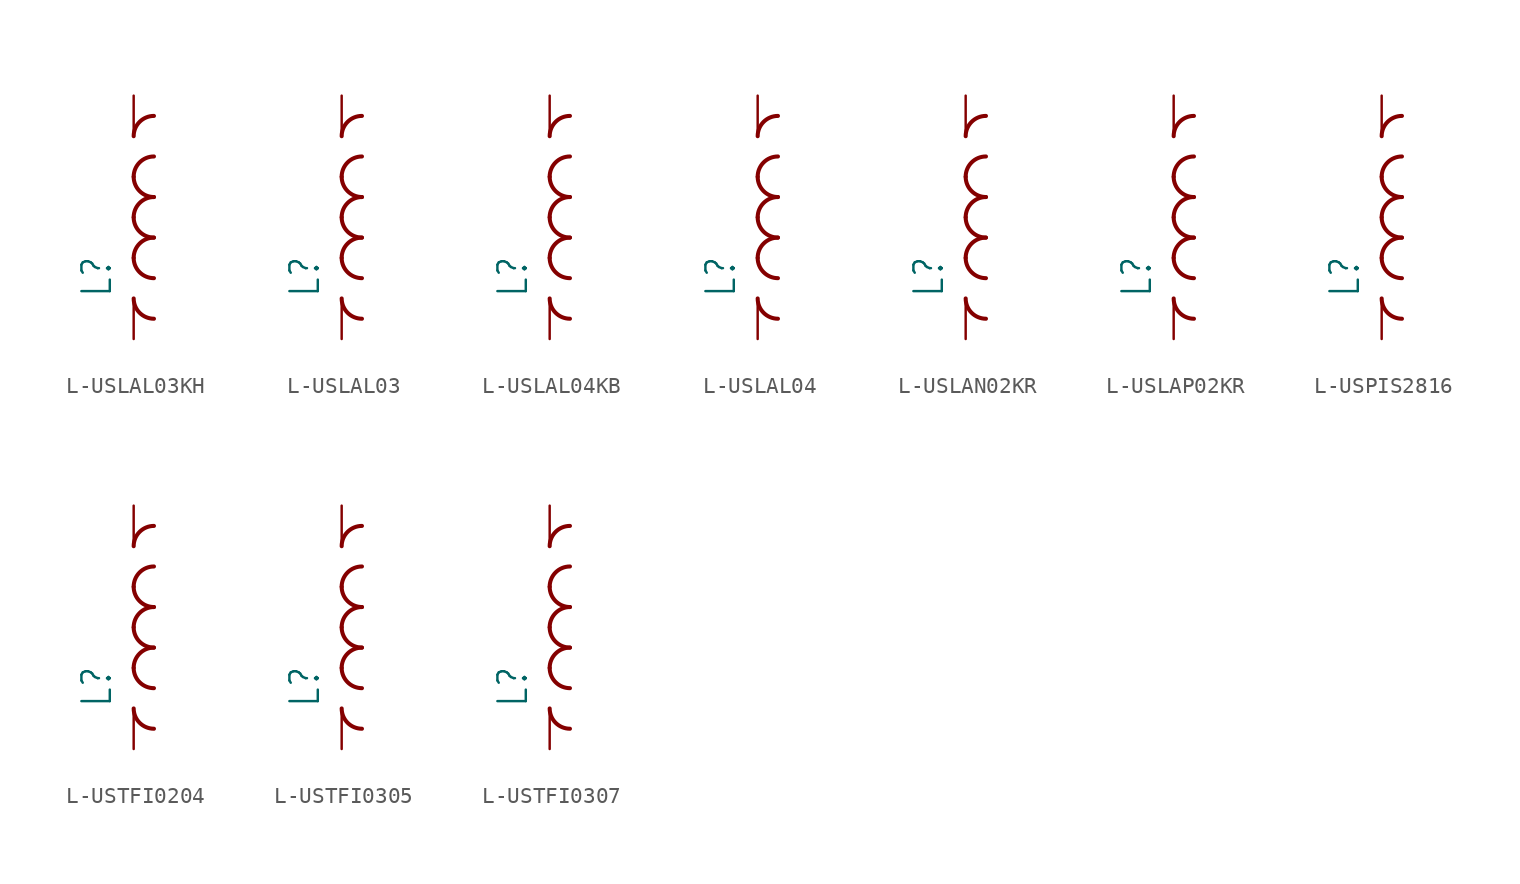
<source format=kicad_sym>
(kicad_symbol_lib
  (version 20241209)
  (generator "kicad_symbol_editor")
  (generator_version "9.0")
  (symbol "L-USLAL03KH"
    (property "Reference" "L"
      (at -1.27 -5.08 90)
      (effects (font (size 1.778 1.511)) (justify left bottom)))
    (property "Value" ""
      (at 3.81 -5.08 90)
      (effects (font (size 1.778 1.511)) (justify left bottom)))
    (property "ki_locked" ""
      (at 0 0 0)
      (effects (font (size 1.27 1.27))))
    (symbol "L-USLAL03KH_1_0"
      (arc (start 0 5.08) (mid 0.372 5.978) (end 1.27 6.35) (stroke (width 0.254) (type solid)) (fill (type none)))
      (arc (start 0 2.54) (mid 0.372 3.438) (end 1.27 3.81) (stroke (width 0.254) (type solid)) (fill (type none)))
      (arc (start 1.27 1.27) (mid 0.372 1.642) (end 0 2.54) (stroke (width 0.254) (type solid)) (fill (type none)))
      (arc (start 0 0) (mid 0.372 0.898) (end 1.27 1.27) (stroke (width 0.254) (type solid)) (fill (type none)))
      (arc (start 1.27 -1.27) (mid 0.372 -0.898) (end 0 0) (stroke (width 0.254) (type solid)) (fill (type none)))
      (arc (start 0 -2.54) (mid 0.372 -1.642) (end 1.27 -1.27) (stroke (width 0.254) (type solid)) (fill (type none)))
      (arc (start 1.27 -3.81) (mid 0.372 -3.438) (end 0 -2.54) (stroke (width 0.254) (type solid)) (fill (type none)))
      (arc (start 1.27 -6.35) (mid 0.372 -5.978) (end 0 -5.08) (stroke (width 0.254) (type solid)) (fill (type none)))
      (pin passive line (at 0 7.62 270) (length 2.54) (name "1" (effects (font (size 0 0)))) (number "1" (effects (font (size 0 0)))))
      (pin passive line (at 0 -7.62 90) (length 2.54) (name "2" (effects (font (size 0 0)))) (number "2" (effects (font (size 0 0)))))))
  (symbol "L-USLAL03"
    (property "Reference" "L"
      (at -1.27 -5.08 90)
      (effects (font (size 1.778 1.511)) (justify left bottom)))
    (property "Value" ""
      (at 3.81 -5.08 90)
      (effects (font (size 1.778 1.511)) (justify left bottom)))
    (property "ki_locked" ""
      (at 0 0 0)
      (effects (font (size 1.27 1.27))))
    (symbol "L-USLAL03_1_0"
      (arc (start 0 5.08) (mid 0.372 5.978) (end 1.27 6.35) (stroke (width 0.254) (type solid)) (fill (type none)))
      (arc (start 0 2.54) (mid 0.372 3.438) (end 1.27 3.81) (stroke (width 0.254) (type solid)) (fill (type none)))
      (arc (start 1.27 1.27) (mid 0.372 1.642) (end 0 2.54) (stroke (width 0.254) (type solid)) (fill (type none)))
      (arc (start 0 0) (mid 0.372 0.898) (end 1.27 1.27) (stroke (width 0.254) (type solid)) (fill (type none)))
      (arc (start 1.27 -1.27) (mid 0.372 -0.898) (end 0 0) (stroke (width 0.254) (type solid)) (fill (type none)))
      (arc (start 0 -2.54) (mid 0.372 -1.642) (end 1.27 -1.27) (stroke (width 0.254) (type solid)) (fill (type none)))
      (arc (start 1.27 -3.81) (mid 0.372 -3.438) (end 0 -2.54) (stroke (width 0.254) (type solid)) (fill (type none)))
      (arc (start 1.27 -6.35) (mid 0.372 -5.978) (end 0 -5.08) (stroke (width 0.254) (type solid)) (fill (type none)))
      (pin passive line (at 0 7.62 270) (length 2.54) (name "1" (effects (font (size 0 0)))) (number "1" (effects (font (size 0 0)))))
      (pin passive line (at 0 -7.62 90) (length 2.54) (name "2" (effects (font (size 0 0)))) (number "2" (effects (font (size 0 0)))))))
  (symbol "L-USLAL04KB"
    (property "Reference" "L"
      (at -1.27 -5.08 90)
      (effects (font (size 1.778 1.511)) (justify left bottom)))
    (property "Value" ""
      (at 3.81 -5.08 90)
      (effects (font (size 1.778 1.511)) (justify left bottom)))
    (property "ki_locked" ""
      (at 0 0 0)
      (effects (font (size 1.27 1.27))))
    (symbol "L-USLAL04KB_1_0"
      (arc (start 0 5.08) (mid 0.372 5.978) (end 1.27 6.35) (stroke (width 0.254) (type solid)) (fill (type none)))
      (arc (start 0 2.54) (mid 0.372 3.438) (end 1.27 3.81) (stroke (width 0.254) (type solid)) (fill (type none)))
      (arc (start 1.27 1.27) (mid 0.372 1.642) (end 0 2.54) (stroke (width 0.254) (type solid)) (fill (type none)))
      (arc (start 0 0) (mid 0.372 0.898) (end 1.27 1.27) (stroke (width 0.254) (type solid)) (fill (type none)))
      (arc (start 1.27 -1.27) (mid 0.372 -0.898) (end 0 0) (stroke (width 0.254) (type solid)) (fill (type none)))
      (arc (start 0 -2.54) (mid 0.372 -1.642) (end 1.27 -1.27) (stroke (width 0.254) (type solid)) (fill (type none)))
      (arc (start 1.27 -3.81) (mid 0.372 -3.438) (end 0 -2.54) (stroke (width 0.254) (type solid)) (fill (type none)))
      (arc (start 1.27 -6.35) (mid 0.372 -5.978) (end 0 -5.08) (stroke (width 0.254) (type solid)) (fill (type none)))
      (pin passive line (at 0 7.62 270) (length 2.54) (name "1" (effects (font (size 0 0)))) (number "1" (effects (font (size 0 0)))))
      (pin passive line (at 0 -7.62 90) (length 2.54) (name "2" (effects (font (size 0 0)))) (number "2" (effects (font (size 0 0)))))))
  (symbol "L-USLAL04"
    (property "Reference" "L"
      (at -1.27 -5.08 90)
      (effects (font (size 1.778 1.511)) (justify left bottom)))
    (property "Value" ""
      (at 3.81 -5.08 90)
      (effects (font (size 1.778 1.511)) (justify left bottom)))
    (property "ki_locked" ""
      (at 0 0 0)
      (effects (font (size 1.27 1.27))))
    (symbol "L-USLAL04_1_0"
      (arc (start 0 5.08) (mid 0.372 5.978) (end 1.27 6.35) (stroke (width 0.254) (type solid)) (fill (type none)))
      (arc (start 0 2.54) (mid 0.372 3.438) (end 1.27 3.81) (stroke (width 0.254) (type solid)) (fill (type none)))
      (arc (start 1.27 1.27) (mid 0.372 1.642) (end 0 2.54) (stroke (width 0.254) (type solid)) (fill (type none)))
      (arc (start 0 0) (mid 0.372 0.898) (end 1.27 1.27) (stroke (width 0.254) (type solid)) (fill (type none)))
      (arc (start 1.27 -1.27) (mid 0.372 -0.898) (end 0 0) (stroke (width 0.254) (type solid)) (fill (type none)))
      (arc (start 0 -2.54) (mid 0.372 -1.642) (end 1.27 -1.27) (stroke (width 0.254) (type solid)) (fill (type none)))
      (arc (start 1.27 -3.81) (mid 0.372 -3.438) (end 0 -2.54) (stroke (width 0.254) (type solid)) (fill (type none)))
      (arc (start 1.27 -6.35) (mid 0.372 -5.978) (end 0 -5.08) (stroke (width 0.254) (type solid)) (fill (type none)))
      (pin passive line (at 0 7.62 270) (length 2.54) (name "1" (effects (font (size 0 0)))) (number "1" (effects (font (size 0 0)))))
      (pin passive line (at 0 -7.62 90) (length 2.54) (name "2" (effects (font (size 0 0)))) (number "2" (effects (font (size 0 0)))))))
  (symbol "L-USLAN02KR"
    (property "Reference" "L"
      (at -1.27 -5.08 90)
      (effects (font (size 1.778 1.511)) (justify left bottom)))
    (property "Value" ""
      (at 3.81 -5.08 90)
      (effects (font (size 1.778 1.511)) (justify left bottom)))
    (property "ki_locked" ""
      (at 0 0 0)
      (effects (font (size 1.27 1.27))))
    (symbol "L-USLAN02KR_1_0"
      (arc (start 0 5.08) (mid 0.372 5.978) (end 1.27 6.35) (stroke (width 0.254) (type solid)) (fill (type none)))
      (arc (start 0 2.54) (mid 0.372 3.438) (end 1.27 3.81) (stroke (width 0.254) (type solid)) (fill (type none)))
      (arc (start 1.27 1.27) (mid 0.372 1.642) (end 0 2.54) (stroke (width 0.254) (type solid)) (fill (type none)))
      (arc (start 0 0) (mid 0.372 0.898) (end 1.27 1.27) (stroke (width 0.254) (type solid)) (fill (type none)))
      (arc (start 1.27 -1.27) (mid 0.372 -0.898) (end 0 0) (stroke (width 0.254) (type solid)) (fill (type none)))
      (arc (start 0 -2.54) (mid 0.372 -1.642) (end 1.27 -1.27) (stroke (width 0.254) (type solid)) (fill (type none)))
      (arc (start 1.27 -3.81) (mid 0.372 -3.438) (end 0 -2.54) (stroke (width 0.254) (type solid)) (fill (type none)))
      (arc (start 1.27 -6.35) (mid 0.372 -5.978) (end 0 -5.08) (stroke (width 0.254) (type solid)) (fill (type none)))
      (pin passive line (at 0 7.62 270) (length 2.54) (name "1" (effects (font (size 0 0)))) (number "1" (effects (font (size 0 0)))))
      (pin passive line (at 0 -7.62 90) (length 2.54) (name "2" (effects (font (size 0 0)))) (number "2" (effects (font (size 0 0)))))))
  (symbol "L-USLAP02KR"
    (property "Reference" "L"
      (at -1.27 -5.08 90)
      (effects (font (size 1.778 1.511)) (justify left bottom)))
    (property "Value" ""
      (at 3.81 -5.08 90)
      (effects (font (size 1.778 1.511)) (justify left bottom)))
    (property "ki_locked" ""
      (at 0 0 0)
      (effects (font (size 1.27 1.27))))
    (symbol "L-USLAP02KR_1_0"
      (arc (start 0 5.08) (mid 0.372 5.978) (end 1.27 6.35) (stroke (width 0.254) (type solid)) (fill (type none)))
      (arc (start 0 2.54) (mid 0.372 3.438) (end 1.27 3.81) (stroke (width 0.254) (type solid)) (fill (type none)))
      (arc (start 1.27 1.27) (mid 0.372 1.642) (end 0 2.54) (stroke (width 0.254) (type solid)) (fill (type none)))
      (arc (start 0 0) (mid 0.372 0.898) (end 1.27 1.27) (stroke (width 0.254) (type solid)) (fill (type none)))
      (arc (start 1.27 -1.27) (mid 0.372 -0.898) (end 0 0) (stroke (width 0.254) (type solid)) (fill (type none)))
      (arc (start 0 -2.54) (mid 0.372 -1.642) (end 1.27 -1.27) (stroke (width 0.254) (type solid)) (fill (type none)))
      (arc (start 1.27 -3.81) (mid 0.372 -3.438) (end 0 -2.54) (stroke (width 0.254) (type solid)) (fill (type none)))
      (arc (start 1.27 -6.35) (mid 0.372 -5.978) (end 0 -5.08) (stroke (width 0.254) (type solid)) (fill (type none)))
      (pin passive line (at 0 7.62 270) (length 2.54) (name "1" (effects (font (size 0 0)))) (number "1" (effects (font (size 0 0)))))
      (pin passive line (at 0 -7.62 90) (length 2.54) (name "2" (effects (font (size 0 0)))) (number "2" (effects (font (size 0 0)))))))
  (symbol "L-USPIS2816"
    (property "Reference" "L"
      (at -1.27 -5.08 90)
      (effects (font (size 1.778 1.511)) (justify left bottom)))
    (property "Value" ""
      (at 3.81 -5.08 90)
      (effects (font (size 1.778 1.511)) (justify left bottom)))
    (property "ki_locked" ""
      (at 0 0 0)
      (effects (font (size 1.27 1.27))))
    (symbol "L-USPIS2816_1_0"
      (arc (start 0 5.08) (mid 0.372 5.978) (end 1.27 6.35) (stroke (width 0.254) (type solid)) (fill (type none)))
      (arc (start 0 2.54) (mid 0.372 3.438) (end 1.27 3.81) (stroke (width 0.254) (type solid)) (fill (type none)))
      (arc (start 1.27 1.27) (mid 0.372 1.642) (end 0 2.54) (stroke (width 0.254) (type solid)) (fill (type none)))
      (arc (start 0 0) (mid 0.372 0.898) (end 1.27 1.27) (stroke (width 0.254) (type solid)) (fill (type none)))
      (arc (start 1.27 -1.27) (mid 0.372 -0.898) (end 0 0) (stroke (width 0.254) (type solid)) (fill (type none)))
      (arc (start 0 -2.54) (mid 0.372 -1.642) (end 1.27 -1.27) (stroke (width 0.254) (type solid)) (fill (type none)))
      (arc (start 1.27 -3.81) (mid 0.372 -3.438) (end 0 -2.54) (stroke (width 0.254) (type solid)) (fill (type none)))
      (arc (start 1.27 -6.35) (mid 0.372 -5.978) (end 0 -5.08) (stroke (width 0.254) (type solid)) (fill (type none)))
      (pin passive line (at 0 7.62 270) (length 2.54) (name "1" (effects (font (size 0 0)))) (number "1" (effects (font (size 0 0)))))
      (pin passive line (at 0 -7.62 90) (length 2.54) (name "2" (effects (font (size 0 0)))) (number "2" (effects (font (size 0 0)))))))
  (symbol "L-USTFI0204"
    (property "Reference" "L"
      (at -1.27 -5.08 90)
      (effects (font (size 1.778 1.511)) (justify left bottom)))
    (property "Value" ""
      (at 3.81 -5.08 90)
      (effects (font (size 1.778 1.511)) (justify left bottom)))
    (property "ki_locked" ""
      (at 0 0 0)
      (effects (font (size 1.27 1.27))))
    (symbol "L-USTFI0204_1_0"
      (arc (start 0 5.08) (mid 0.372 5.978) (end 1.27 6.35) (stroke (width 0.254) (type solid)) (fill (type none)))
      (arc (start 0 2.54) (mid 0.372 3.438) (end 1.27 3.81) (stroke (width 0.254) (type solid)) (fill (type none)))
      (arc (start 1.27 1.27) (mid 0.372 1.642) (end 0 2.54) (stroke (width 0.254) (type solid)) (fill (type none)))
      (arc (start 0 0) (mid 0.372 0.898) (end 1.27 1.27) (stroke (width 0.254) (type solid)) (fill (type none)))
      (arc (start 1.27 -1.27) (mid 0.372 -0.898) (end 0 0) (stroke (width 0.254) (type solid)) (fill (type none)))
      (arc (start 0 -2.54) (mid 0.372 -1.642) (end 1.27 -1.27) (stroke (width 0.254) (type solid)) (fill (type none)))
      (arc (start 1.27 -3.81) (mid 0.372 -3.438) (end 0 -2.54) (stroke (width 0.254) (type solid)) (fill (type none)))
      (arc (start 1.27 -6.35) (mid 0.372 -5.978) (end 0 -5.08) (stroke (width 0.254) (type solid)) (fill (type none)))
      (pin passive line (at 0 7.62 270) (length 2.54) (name "1" (effects (font (size 0 0)))) (number "1" (effects (font (size 0 0)))))
      (pin passive line (at 0 -7.62 90) (length 2.54) (name "2" (effects (font (size 0 0)))) (number "2" (effects (font (size 0 0)))))))
  (symbol "L-USTFI0305"
    (property "Reference" "L"
      (at -1.27 -5.08 90)
      (effects (font (size 1.778 1.511)) (justify left bottom)))
    (property "Value" ""
      (at 3.81 -5.08 90)
      (effects (font (size 1.778 1.511)) (justify left bottom)))
    (property "ki_locked" ""
      (at 0 0 0)
      (effects (font (size 1.27 1.27))))
    (symbol "L-USTFI0305_1_0"
      (arc (start 0 5.08) (mid 0.372 5.978) (end 1.27 6.35) (stroke (width 0.254) (type solid)) (fill (type none)))
      (arc (start 0 2.54) (mid 0.372 3.438) (end 1.27 3.81) (stroke (width 0.254) (type solid)) (fill (type none)))
      (arc (start 1.27 1.27) (mid 0.372 1.642) (end 0 2.54) (stroke (width 0.254) (type solid)) (fill (type none)))
      (arc (start 0 0) (mid 0.372 0.898) (end 1.27 1.27) (stroke (width 0.254) (type solid)) (fill (type none)))
      (arc (start 1.27 -1.27) (mid 0.372 -0.898) (end 0 0) (stroke (width 0.254) (type solid)) (fill (type none)))
      (arc (start 0 -2.54) (mid 0.372 -1.642) (end 1.27 -1.27) (stroke (width 0.254) (type solid)) (fill (type none)))
      (arc (start 1.27 -3.81) (mid 0.372 -3.438) (end 0 -2.54) (stroke (width 0.254) (type solid)) (fill (type none)))
      (arc (start 1.27 -6.35) (mid 0.372 -5.978) (end 0 -5.08) (stroke (width 0.254) (type solid)) (fill (type none)))
      (pin passive line (at 0 7.62 270) (length 2.54) (name "1" (effects (font (size 0 0)))) (number "1" (effects (font (size 0 0)))))
      (pin passive line (at 0 -7.62 90) (length 2.54) (name "2" (effects (font (size 0 0)))) (number "2" (effects (font (size 0 0)))))))
  (symbol "L-USTFI0307"
    (property "Reference" "L"
      (at -1.27 -5.08 90)
      (effects (font (size 1.778 1.511)) (justify left bottom)))
    (property "Value" ""
      (at 3.81 -5.08 90)
      (effects (font (size 1.778 1.511)) (justify left bottom)))
    (property "ki_locked" ""
      (at 0 0 0)
      (effects (font (size 1.27 1.27))))
    (symbol "L-USTFI0307_1_0"
      (arc (start 0 5.08) (mid 0.372 5.978) (end 1.27 6.35) (stroke (width 0.254) (type solid)) (fill (type none)))
      (arc (start 0 2.54) (mid 0.372 3.438) (end 1.27 3.81) (stroke (width 0.254) (type solid)) (fill (type none)))
      (arc (start 1.27 1.27) (mid 0.372 1.642) (end 0 2.54) (stroke (width 0.254) (type solid)) (fill (type none)))
      (arc (start 0 0) (mid 0.372 0.898) (end 1.27 1.27) (stroke (width 0.254) (type solid)) (fill (type none)))
      (arc (start 1.27 -1.27) (mid 0.372 -0.898) (end 0 0) (stroke (width 0.254) (type solid)) (fill (type none)))
      (arc (start 0 -2.54) (mid 0.372 -1.642) (end 1.27 -1.27) (stroke (width 0.254) (type solid)) (fill (type none)))
      (arc (start 1.27 -3.81) (mid 0.372 -3.438) (end 0 -2.54) (stroke (width 0.254) (type solid)) (fill (type none)))
      (arc (start 1.27 -6.35) (mid 0.372 -5.978) (end 0 -5.08) (stroke (width 0.254) (type solid)) (fill (type none)))
      (pin passive line (at 0 7.62 270) (length 2.54) (name "1" (effects (font (size 0 0)))) (number "1" (effects (font (size 0 0)))))
      (pin passive line (at 0 -7.62 90) (length 2.54) (name "2" (effects (font (size 0 0)))) (number "2" (effects (font (size 0 0))))))))
</source>
